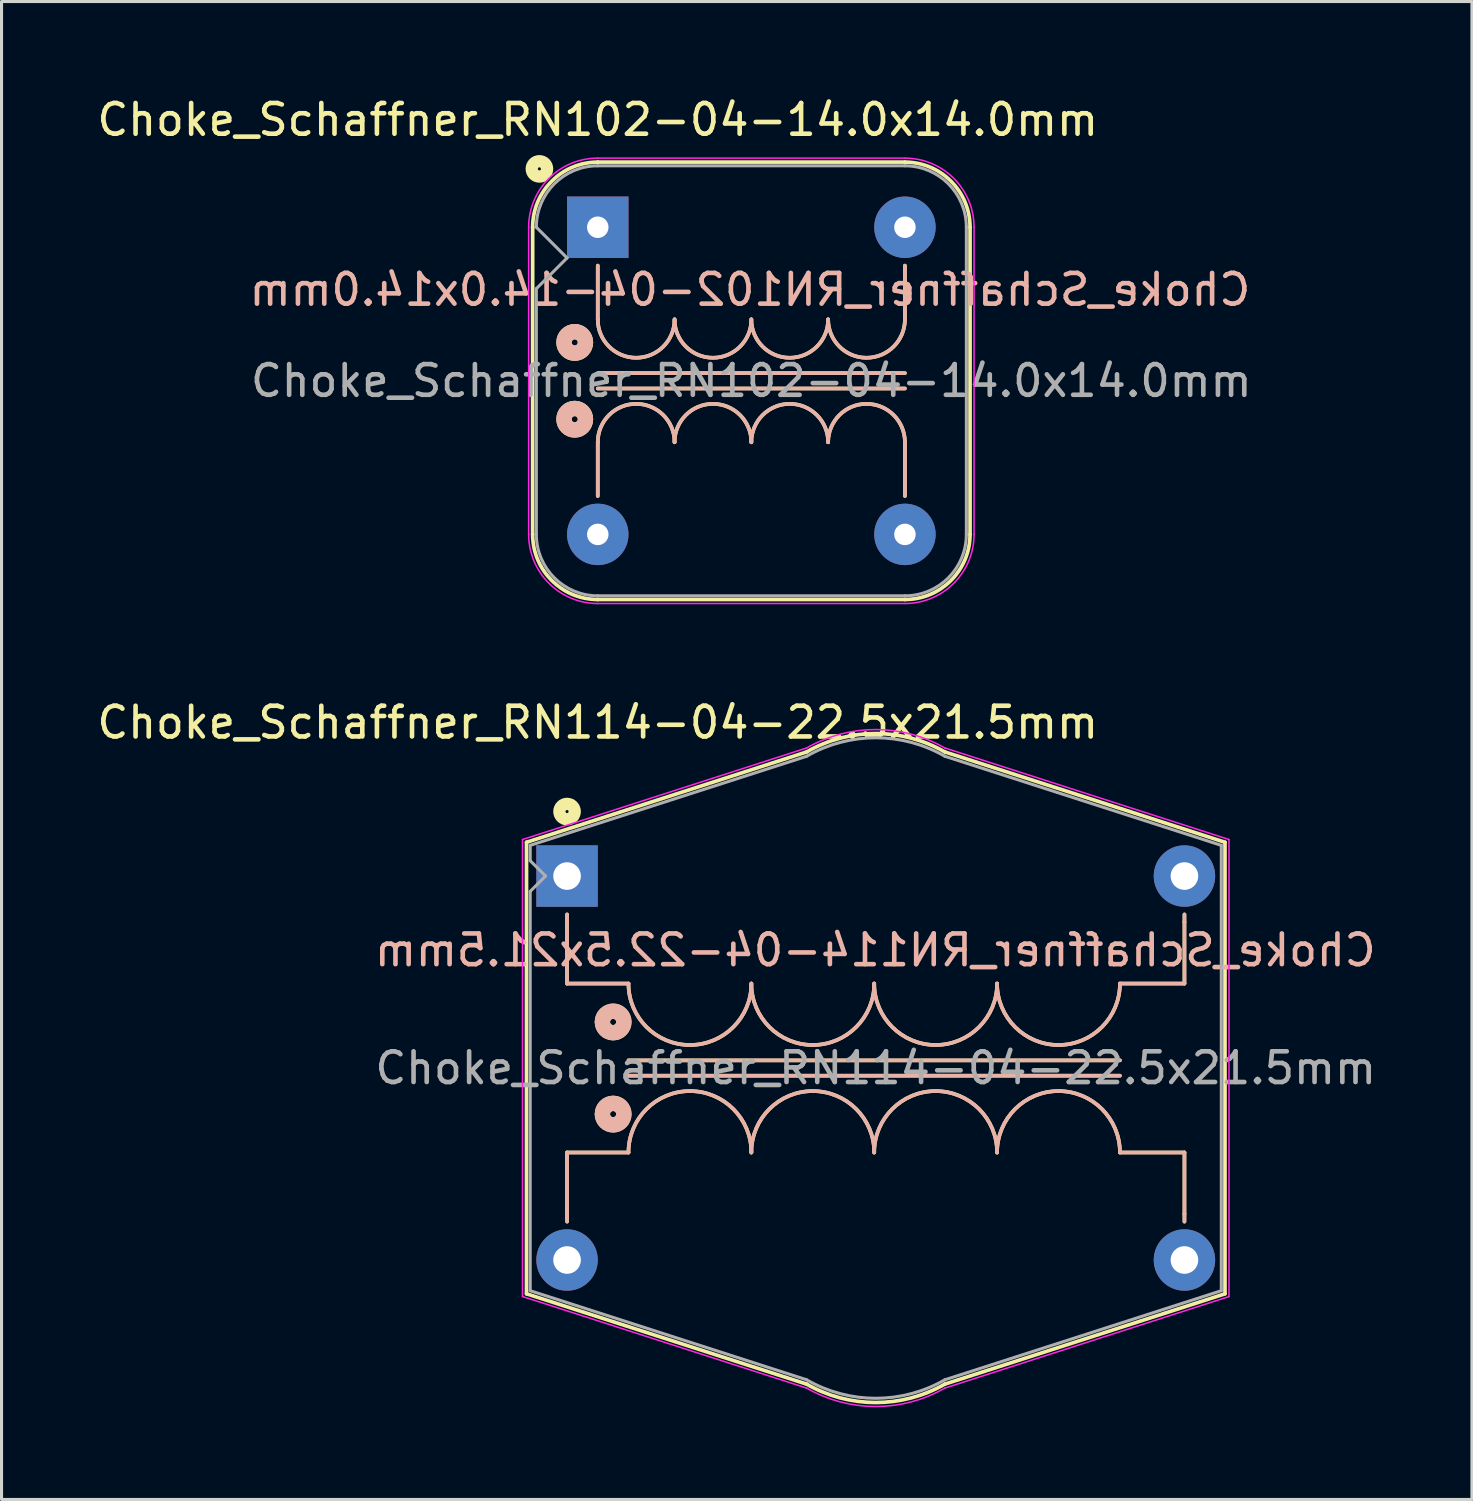
<source format=kicad_pcb>
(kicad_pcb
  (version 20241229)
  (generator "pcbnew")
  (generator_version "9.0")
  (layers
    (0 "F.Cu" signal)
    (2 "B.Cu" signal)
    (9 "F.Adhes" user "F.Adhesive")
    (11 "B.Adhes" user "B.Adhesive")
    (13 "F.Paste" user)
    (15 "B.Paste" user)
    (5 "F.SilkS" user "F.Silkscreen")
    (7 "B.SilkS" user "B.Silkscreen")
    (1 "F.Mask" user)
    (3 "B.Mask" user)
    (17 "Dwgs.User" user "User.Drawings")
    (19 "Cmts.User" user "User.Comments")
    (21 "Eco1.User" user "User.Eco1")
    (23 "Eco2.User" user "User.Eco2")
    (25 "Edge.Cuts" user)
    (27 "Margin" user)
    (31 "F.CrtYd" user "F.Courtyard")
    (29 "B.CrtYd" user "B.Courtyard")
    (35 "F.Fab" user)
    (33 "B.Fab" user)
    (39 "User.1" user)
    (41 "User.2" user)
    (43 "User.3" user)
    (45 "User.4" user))
  (footprint "Choke_Schaffner_RN102-04-14.0x14.0mm"
    (layer "F.Cu")
    (at 16.411 4.348)
    (property "Reference" "Choke_Schaffner_RN102-04-14.0x14.0mm" (at 0 -3.5 0) (layer "F.SilkS") (effects (font (size 1 1) (thickness 0.15))))
    (fp_line (start -2.12 10) (end -2.12 0) (stroke (width 0.12) (type solid)) (layer "F.SilkS"))
    (fp_line (start 0 -2.12) (end 10 -2.12) (stroke (width 0.12) (type solid)) (layer "F.SilkS"))
    (fp_line (start 0 1.25) (end 0 3) (stroke (width 0.12) (type solid)) (layer "F.SilkS"))
    (fp_line (start 0 5.25) (end 10 5.25) (stroke (width 0.12) (type solid)) (layer "F.SilkS"))
    (fp_line (start 0 7) (end 0 8.75) (stroke (width 0.12) (type solid)) (layer "F.SilkS"))
    (fp_line (start 10 1.25) (end 10 3) (stroke (width 0.12) (type solid)) (layer "F.SilkS"))
    (fp_line (start 10 4.75) (end 0 4.75) (stroke (width 0.12) (type solid)) (layer "F.SilkS"))
    (fp_line (start 10 7) (end 10 8.75) (stroke (width 0.12) (type solid)) (layer "F.SilkS"))
    (fp_line (start 10 12.12) (end 0 12.12) (stroke (width 0.12) (type solid)) (layer "F.SilkS"))
    (fp_line (start 12.12 0) (end 12.12 10) (stroke (width 0.12) (type solid)) (layer "F.SilkS"))
    (fp_arc (start -2.12 0) (mid -1.499066 -1.499066) (end 0 -2.12) (stroke (width 0.12) (type solid)) (layer "F.SilkS"))
    (fp_arc (start 0 7) (mid 1.25 5.75) (end 2.5 7) (stroke (width 0.12) (type solid)) (layer "F.SilkS"))
    (fp_arc (start 0 12.12) (mid -1.499066 11.499066) (end -2.12 10) (stroke (width 0.12) (type solid)) (layer "F.SilkS"))
    (fp_arc (start 2.5 3) (mid 1.25 4.25) (end 0 3) (stroke (width 0.12) (type solid)) (layer "F.SilkS"))
    (fp_arc (start 2.5 7) (mid 3.75 5.75) (end 5 7) (stroke (width 0.12) (type solid)) (layer "F.SilkS"))
    (fp_arc (start 5 3) (mid 3.75 4.25) (end 2.5 3) (stroke (width 0.12) (type solid)) (layer "F.SilkS"))
    (fp_arc (start 5 7) (mid 6.25 5.75) (end 7.5 7) (stroke (width 0.12) (type solid)) (layer "F.SilkS"))
    (fp_arc (start 7.5 3) (mid 6.25 4.25) (end 5 3) (stroke (width 0.12) (type solid)) (layer "F.SilkS"))
    (fp_arc (start 7.5 7) (mid 8.75 5.75) (end 10 7) (stroke (width 0.12) (type solid)) (layer "F.SilkS"))
    (fp_arc (start 10 -2.12) (mid 11.499066 -1.499066) (end 12.12 0) (stroke (width 0.12) (type solid)) (layer "F.SilkS"))
    (fp_arc (start 10 3) (mid 8.75 4.25) (end 7.5 3) (stroke (width 0.12) (type solid)) (layer "F.SilkS"))
    (fp_arc (start 12.12 10) (mid 11.499066 11.499066) (end 10 12.12) (stroke (width 0.12) (type solid)) (layer "F.SilkS"))
    (fp_circle (center -1.9 -1.9) (end -1.85 -1.9) (stroke (width 0.4) (type solid)) (fill no) (layer "F.SilkS"))
    (fp_circle (center -0.75 3.75) (end -0.65 3.75) (stroke (width 0.5) (type solid)) (fill no) (layer "F.SilkS"))
    (fp_circle (center -0.75 6.25) (end -0.65 6.25) (stroke (width 0.5) (type solid)) (fill no) (layer "F.SilkS"))
    (fp_line (start 0 3) (end 0 1.25) (stroke (width 0.12) (type solid)) (layer "B.SilkS"))
    (fp_line (start 0 4.75) (end 10 4.75) (stroke (width 0.12) (type solid)) (layer "B.SilkS"))
    (fp_line (start 0 8.75) (end 0 7) (stroke (width 0.12) (type solid)) (layer "B.SilkS"))
    (fp_line (start 10 3) (end 10 1.25) (stroke (width 0.12) (type solid)) (layer "B.SilkS"))
    (fp_line (start 10 5.25) (end 0 5.25) (stroke (width 0.12) (type solid)) (layer "B.SilkS"))
    (fp_line (start 10 8.75) (end 10 7) (stroke (width 0.12) (type solid)) (layer "B.SilkS"))
    (fp_arc (start 0 7) (mid 1.25 5.75) (end 2.5 7) (stroke (width 0.12) (type solid)) (layer "B.SilkS"))
    (fp_arc (start 2.5 3) (mid 1.25 4.25) (end 0 3) (stroke (width 0.12) (type solid)) (layer "B.SilkS"))
    (fp_arc (start 2.5 7) (mid 3.75 5.75) (end 5 7) (stroke (width 0.12) (type solid)) (layer "B.SilkS"))
    (fp_arc (start 5 3) (mid 3.75 4.25) (end 2.5 3) (stroke (width 0.12) (type solid)) (layer "B.SilkS"))
    (fp_arc (start 5 7) (mid 6.25 5.75) (end 7.5 7) (stroke (width 0.12) (type solid)) (layer "B.SilkS"))
    (fp_arc (start 7.5 3) (mid 6.25 4.25) (end 5 3) (stroke (width 0.12) (type solid)) (layer "B.SilkS"))
    (fp_arc (start 7.5 7) (mid 8.75 5.75) (end 10 7) (stroke (width 0.12) (type solid)) (layer "B.SilkS"))
    (fp_arc (start 10 3) (mid 8.75 4.25) (end 7.5 3) (stroke (width 0.12) (type solid)) (layer "B.SilkS"))
    (fp_circle (center -0.75 3.75) (end -0.65 3.75) (stroke (width 0.5) (type solid)) (fill no) (layer "B.SilkS"))
    (fp_circle (center -0.75 6.25) (end -0.65 6.25) (stroke (width 0.5) (type solid)) (fill no) (layer "B.SilkS"))
    (fp_line (start -2.25 10) (end -2.25 0) (stroke (width 0.05) (type solid)) (layer "F.CrtYd"))
    (fp_line (start 0 -2.25) (end 10 -2.25) (stroke (width 0.05) (type solid)) (layer "F.CrtYd"))
    (fp_line (start 10 12.25) (end 0 12.25) (stroke (width 0.05) (type solid)) (layer "F.CrtYd"))
    (fp_line (start 12.25 0) (end 12.25 10) (stroke (width 0.05) (type solid)) (layer "F.CrtYd"))
    (fp_arc (start -2.25 0) (mid -1.59099 -1.59099) (end 0 -2.25) (stroke (width 0.05) (type solid)) (layer "F.CrtYd"))
    (fp_arc (start 0 12.25) (mid -1.59099 11.59099) (end -2.25 10) (stroke (width 0.05) (type solid)) (layer "F.CrtYd"))
    (fp_arc (start 10 -2.25) (mid 11.59099 -1.59099) (end 12.25 0) (stroke (width 0.05) (type solid)) (layer "F.CrtYd"))
    (fp_arc (start 12.25 10) (mid 11.59099 11.59099) (end 10 12.25) (stroke (width 0.05) (type solid)) (layer "F.CrtYd"))
    (fp_line (start -2 2) (end -1 1) (stroke (width 0.1) (type solid)) (layer "F.Fab"))
    (fp_line (start -2 10) (end -2 2) (stroke (width 0.1) (type solid)) (layer "F.Fab"))
    (fp_line (start -1 1) (end -2 0) (stroke (width 0.1) (type solid)) (layer "F.Fab"))
    (fp_line (start 0 -2) (end 10 -2) (stroke (width 0.1) (type solid)) (layer "F.Fab"))
    (fp_line (start 10 12) (end 0 12) (stroke (width 0.1) (type solid)) (layer "F.Fab"))
    (fp_line (start 12 0) (end 12 10) (stroke (width 0.1) (type solid)) (layer "F.Fab"))
    (fp_arc (start -2 0) (mid -1.414214 -1.414214) (end 0 -2) (stroke (width 0.1) (type solid)) (layer "F.Fab"))
    (fp_arc (start 0 12) (mid -1.414214 11.414214) (end -2 10) (stroke (width 0.1) (type solid)) (layer "F.Fab"))
    (fp_arc (start 10 -2) (mid 11.414214 -1.414214) (end 12 0) (stroke (width 0.1) (type solid)) (layer "F.Fab"))
    (fp_arc (start 12 10) (mid 11.414214 11.414214) (end 10 12) (stroke (width 0.1) (type solid)) (layer "F.Fab"))
    (fp_text user "${REFERENCE}" (at 4.953 2.032 0) (layer "B.SilkS") (effects (font (size 1 1) (thickness 0.15)) (justify mirror)))
    (fp_text user "${REFERENCE}" (at 5 5 0) (layer "F.Fab") (effects (font (size 1 1) (thickness 0.15))))
    (pad "1" thru_hole rect (at 0 0) (size 2 2) (drill 0.7) (layers "*.Cu" "*.Mask"))
    (pad "2" thru_hole circle (at 10 0) (size 2 2) (drill 0.7) (layers "*.Cu" "*.Mask"))
    (pad "3" thru_hole circle (at 0 10) (size 2 2) (drill 0.7) (layers "*.Cu" "*.Mask"))
    (pad "4" thru_hole circle (at 10 10) (size 2 2) (drill 0.7) (layers "*.Cu" "*.Mask")))
  (footprint "Choke_Schaffner_RN114-04-22.5x21.5mm"
    (layer "F.Cu")
    (at 15.411 25.471)
    (property "Reference" "Choke_Schaffner_RN114-04-22.5x21.5mm" (at 1 -5 0) (layer "F.SilkS") (effects (font (size 1 1) (thickness 0.15))))
    (fp_line (start -1.32 -1.1) (end 7.8 -4.04) (stroke (width 0.12) (type solid)) (layer "F.SilkS"))
    (fp_line (start -1.32 13.6) (end -1.32 -1.1) (stroke (width 0.12) (type solid)) (layer "F.SilkS"))
    (fp_line (start 0 1.5) (end 0 1.25) (stroke (width 0.12) (type solid)) (layer "F.SilkS"))
    (fp_line (start 0 2.5) (end 0 1.5) (stroke (width 0.12) (type solid)) (layer "F.SilkS"))
    (fp_line (start 0 3.5) (end 0 2.5) (stroke (width 0.12) (type solid)) (layer "F.SilkS"))
    (fp_line (start 0 9) (end 0 10) (stroke (width 0.12) (type solid)) (layer "F.SilkS"))
    (fp_line (start 0 10) (end 0 11) (stroke (width 0.12) (type solid)) (layer "F.SilkS"))
    (fp_line (start 0 11) (end 0 11.25) (stroke (width 0.12) (type solid)) (layer "F.SilkS"))
    (fp_line (start 2 3.5) (end 0 3.5) (stroke (width 0.12) (type solid)) (layer "F.SilkS"))
    (fp_line (start 2 6) (end 18 6) (stroke (width 0.12) (type solid)) (layer "F.SilkS"))
    (fp_line (start 2 9) (end 0 9) (stroke (width 0.12) (type solid)) (layer "F.SilkS"))
    (fp_line (start 7.8 16.54) (end -1.32 13.6) (stroke (width 0.12) (type solid)) (layer "F.SilkS"))
    (fp_line (start 12.3 -4.04) (end 21.42 -1.1) (stroke (width 0.12) (type solid)) (layer "F.SilkS"))
    (fp_line (start 18 3.5) (end 20.1 3.5) (stroke (width 0.12) (type solid)) (layer "F.SilkS"))
    (fp_line (start 18 6.5) (end 2 6.5) (stroke (width 0.12) (type solid)) (layer "F.SilkS"))
    (fp_line (start 20.1 1.5) (end 20.1 1.25) (stroke (width 0.12) (type solid)) (layer "F.SilkS"))
    (fp_line (start 20.1 3.5) (end 20.1 1.5) (stroke (width 0.12) (type solid)) (layer "F.SilkS"))
    (fp_line (start 20.1 9) (end 18 9) (stroke (width 0.12) (type solid)) (layer "F.SilkS"))
    (fp_line (start 20.1 9) (end 20.1 11) (stroke (width 0.12) (type solid)) (layer "F.SilkS"))
    (fp_line (start 20.1 11) (end 20.1 11.25) (stroke (width 0.12) (type solid)) (layer "F.SilkS"))
    (fp_line (start 21.42 -1.1) (end 21.42 13.6) (stroke (width 0.12) (type solid)) (layer "F.SilkS"))
    (fp_line (start 21.42 13.6) (end 12.3 16.54) (stroke (width 0.12) (type solid)) (layer "F.SilkS"))
    (fp_arc (start 2 9) (mid 4 7) (end 6 9) (stroke (width 0.12) (type solid)) (layer "F.SilkS"))
    (fp_arc (start 6 3.5) (mid 4 5.5) (end 2 3.5) (stroke (width 0.12) (type solid)) (layer "F.SilkS"))
    (fp_arc (start 6 9) (mid 8 7) (end 10 9) (stroke (width 0.12) (type solid)) (layer "F.SilkS"))
    (fp_arc (start 7.8 -4.04) (mid 10.061443 -4.63982) (end 12.31982 -4.028557) (stroke (width 0.12) (type solid)) (layer "F.SilkS"))
    (fp_arc (start 10 3.5) (mid 8 5.5) (end 6 3.5) (stroke (width 0.12) (type solid)) (layer "F.SilkS"))
    (fp_arc (start 10 9) (mid 12 7) (end 14 9) (stroke (width 0.12) (type solid)) (layer "F.SilkS"))
    (fp_arc (start 12.3 16.54) (mid 10.038557 17.13982) (end 7.78018 16.528557) (stroke (width 0.12) (type solid)) (layer "F.SilkS"))
    (fp_arc (start 14 3.5) (mid 12 5.5) (end 10 3.5) (stroke (width 0.12) (type solid)) (layer "F.SilkS"))
    (fp_arc (start 14 9) (mid 16 7) (end 18 9) (stroke (width 0.12) (type solid)) (layer "F.SilkS"))
    (fp_arc (start 18 3.5) (mid 16 5.5) (end 14 3.5) (stroke (width 0.12) (type solid)) (layer "F.SilkS"))
    (fp_circle (center 0 -2.1) (end 0.05 -2.1) (stroke (width 0.4) (type solid)) (fill no) (layer "F.SilkS"))
    (fp_circle (center 1.5 4.75) (end 1.6 4.75) (stroke (width 0.5) (type solid)) (fill no) (layer "F.SilkS"))
    (fp_circle (center 1.5 7.75) (end 1.6 7.75) (stroke (width 0.5) (type solid)) (fill no) (layer "F.SilkS"))
    (fp_line (start 0 1.5) (end 0 1.25) (stroke (width 0.12) (type solid)) (layer "B.SilkS"))
    (fp_line (start 0 2.5) (end 0 1.5) (stroke (width 0.12) (type solid)) (layer "B.SilkS"))
    (fp_line (start 0 3.5) (end 0 2.5) (stroke (width 0.12) (type solid)) (layer "B.SilkS"))
    (fp_line (start 0 9) (end 0 10) (stroke (width 0.12) (type solid)) (layer "B.SilkS"))
    (fp_line (start 0 10) (end 0 11) (stroke (width 0.12) (type solid)) (layer "B.SilkS"))
    (fp_line (start 0 11) (end 0 11.25) (stroke (width 0.12) (type solid)) (layer "B.SilkS"))
    (fp_line (start 2 3.5) (end 0 3.5) (stroke (width 0.12) (type solid)) (layer "B.SilkS"))
    (fp_line (start 2 6.5) (end 18 6.5) (stroke (width 0.12) (type solid)) (layer "B.SilkS"))
    (fp_line (start 2 9) (end 0 9) (stroke (width 0.12) (type solid)) (layer "B.SilkS"))
    (fp_line (start 18 6) (end 2 6) (stroke (width 0.12) (type solid)) (layer "B.SilkS"))
    (fp_line (start 18 9) (end 20.1 9) (stroke (width 0.12) (type solid)) (layer "B.SilkS"))
    (fp_line (start 20.1 1.5) (end 20.1 1.25) (stroke (width 0.12) (type solid)) (layer "B.SilkS"))
    (fp_line (start 20.1 3.5) (end 18 3.5) (stroke (width 0.12) (type solid)) (layer "B.SilkS"))
    (fp_line (start 20.1 3.5) (end 20.1 1.5) (stroke (width 0.12) (type solid)) (layer "B.SilkS"))
    (fp_line (start 20.1 9) (end 20.1 11) (stroke (width 0.12) (type solid)) (layer "B.SilkS"))
    (fp_line (start 20.1 11) (end 20.1 11.25) (stroke (width 0.12) (type solid)) (layer "B.SilkS"))
    (fp_arc (start 2 9) (mid 4 7) (end 6 9) (stroke (width 0.12) (type solid)) (layer "B.SilkS"))
    (fp_arc (start 6 3.5) (mid 4 5.5) (end 2 3.5) (stroke (width 0.12) (type solid)) (layer "B.SilkS"))
    (fp_arc (start 6 9) (mid 8 7) (end 10 9) (stroke (width 0.12) (type solid)) (layer "B.SilkS"))
    (fp_arc (start 10 3.5) (mid 8 5.5) (end 6 3.5) (stroke (width 0.12) (type solid)) (layer "B.SilkS"))
    (fp_arc (start 10 9) (mid 12 7) (end 14 9) (stroke (width 0.12) (type solid)) (layer "B.SilkS"))
    (fp_arc (start 14 3.5) (mid 12 5.5) (end 10 3.5) (stroke (width 0.12) (type solid)) (layer "B.SilkS"))
    (fp_arc (start 14 9) (mid 16 7) (end 18 9) (stroke (width 0.12) (type solid)) (layer "B.SilkS"))
    (fp_arc (start 18 3.5) (mid 16 5.5) (end 14 3.5) (stroke (width 0.12) (type solid)) (layer "B.SilkS"))
    (fp_circle (center 1.5 4.75) (end 1.6 4.75) (stroke (width 0.5) (type solid)) (fill no) (layer "B.SilkS"))
    (fp_circle (center 1.5 7.75) (end 1.6 7.75) (stroke (width 0.5) (type solid)) (fill no) (layer "B.SilkS"))
    (fp_line (start -1.45 -1.19) (end 7.8 -4.17) (stroke (width 0.05) (type solid)) (layer "F.CrtYd"))
    (fp_line (start -1.45 13.69) (end -1.45 -1.19) (stroke (width 0.05) (type solid)) (layer "F.CrtYd"))
    (fp_line (start 7.8 16.67) (end -1.45 13.69) (stroke (width 0.05) (type solid)) (layer "F.CrtYd"))
    (fp_line (start 12.3 -4.17) (end 21.55 -1.19) (stroke (width 0.05) (type solid)) (layer "F.CrtYd"))
    (fp_line (start 21.55 -1.19) (end 21.55 13.69) (stroke (width 0.05) (type solid)) (layer "F.CrtYd"))
    (fp_line (start 21.55 13.69) (end 12.3 16.67) (stroke (width 0.05) (type solid)) (layer "F.CrtYd"))
    (fp_arc (start 7.8 -4.17) (mid 10.061443 -4.76982) (end 12.31982 -4.158557) (stroke (width 0.05) (type solid)) (layer "F.CrtYd"))
    (fp_arc (start 12.3 16.67) (mid 10.038557 17.26982) (end 7.78018 16.658557) (stroke (width 0.05) (type solid)) (layer "F.CrtYd"))
    (fp_line (start -1.2 -1) (end 7.8 -3.9) (stroke (width 0.1) (type solid)) (layer "F.Fab"))
    (fp_line (start -1.2 -0.5) (end -1.2 -1) (stroke (width 0.1) (type solid)) (layer "F.Fab"))
    (fp_line (start -1.2 0.5) (end -0.7 0) (stroke (width 0.1) (type solid)) (layer "F.Fab"))
    (fp_line (start -1.2 13.5) (end -1.2 0.5) (stroke (width 0.1) (type solid)) (layer "F.Fab"))
    (fp_line (start -0.7 0) (end -1.2 -0.5) (stroke (width 0.1) (type solid)) (layer "F.Fab"))
    (fp_line (start 7.8 16.4) (end -1.2 13.5) (stroke (width 0.1) (type solid)) (layer "F.Fab"))
    (fp_line (start 12.3 -3.9) (end 21.3 -1) (stroke (width 0.1) (type solid)) (layer "F.Fab"))
    (fp_line (start 21.3 -1) (end 21.3 13.5) (stroke (width 0.1) (type solid)) (layer "F.Fab"))
    (fp_line (start 21.3 13.5) (end 12.3 16.4) (stroke (width 0.1) (type solid)) (layer "F.Fab"))
    (fp_arc (start 7.8 -3.9) (mid 10.051443 -4.502499) (end 12.302499 -3.898557) (stroke (width 0.1) (type solid)) (layer "F.Fab"))
    (fp_arc (start 12.3 16.4) (mid 10.048557 17.002499) (end 7.797501 16.398557) (stroke (width 0.1) (type solid)) (layer "F.Fab"))
    (fp_text user "${REFERENCE}" (at 10.033 2.413 0) (layer "B.SilkS") (effects (font (size 1 1) (thickness 0.15)) (justify mirror)))
    (fp_text user "${REFERENCE}" (at 10.05 6.25 0) (layer "F.Fab") (effects (font (size 1 1) (thickness 0.15))))
    (pad "1" thru_hole rect (at 0 0) (size 2 2) (drill 0.9) (layers "*.Cu" "*.Mask"))
    (pad "2" thru_hole circle (at 20.1 0) (size 2 2) (drill 0.9) (layers "*.Cu" "*.Mask"))
    (pad "3" thru_hole circle (at 0 12.5) (size 2 2) (drill 0.9) (layers "*.Cu" "*.Mask"))
    (pad "4" thru_hole circle (at 20.1 12.5) (size 2 2) (drill 0.9) (layers "*.Cu" "*.Mask")))
  (gr_rect
    (start -3 -3)
    (end 44.871 45.766)
    (stroke (width 0.1) (type default))
    (fill no)
    (layer "Edge.Cuts")))
</source>
